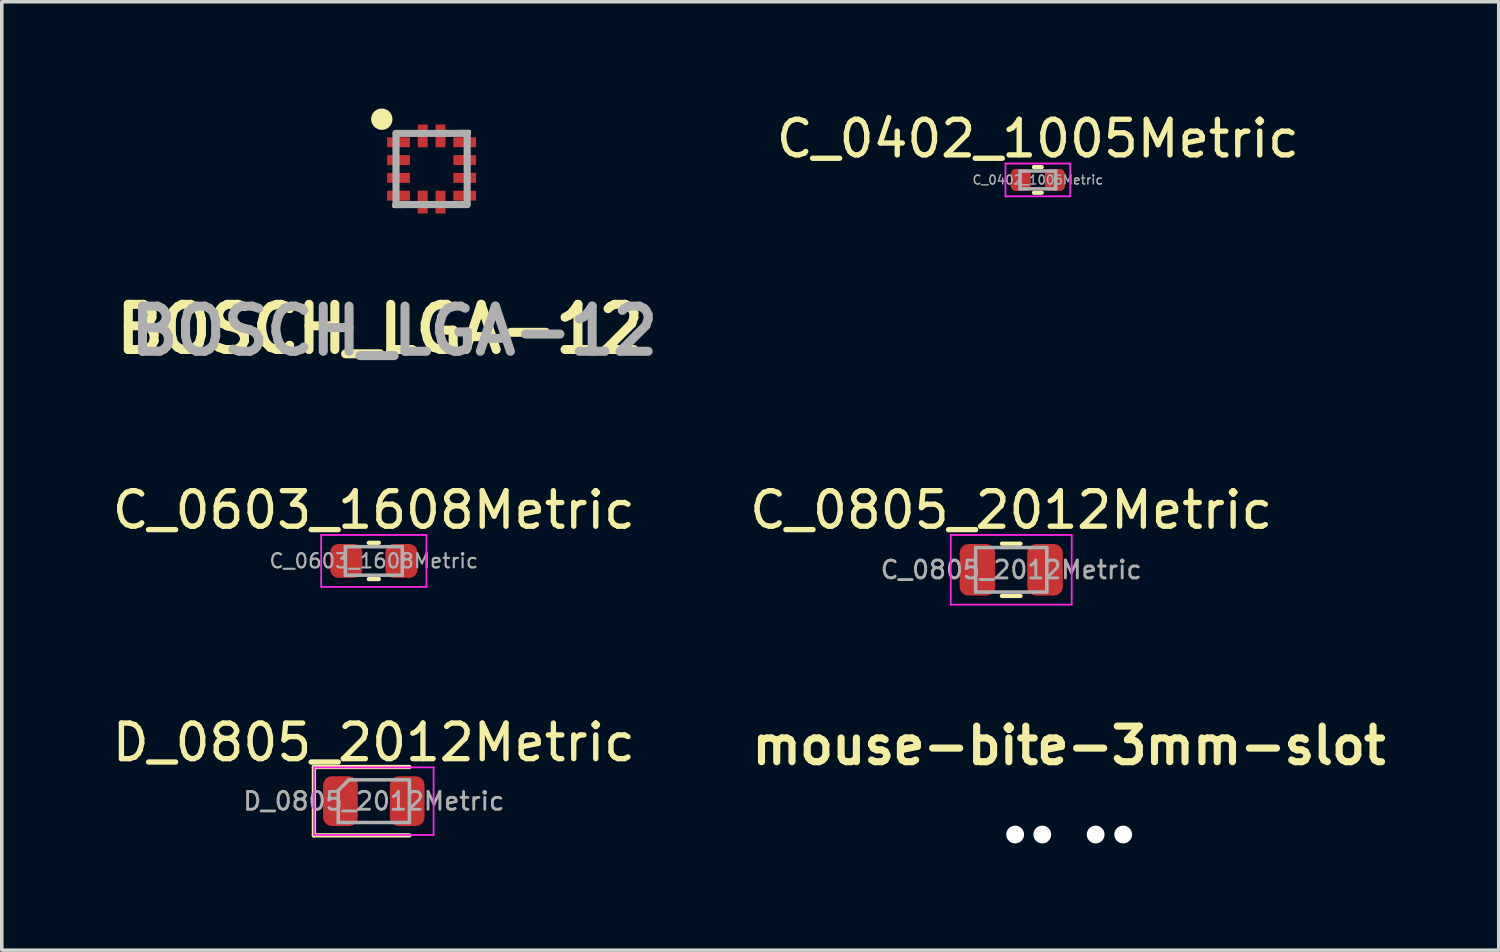
<source format=kicad_pcb>
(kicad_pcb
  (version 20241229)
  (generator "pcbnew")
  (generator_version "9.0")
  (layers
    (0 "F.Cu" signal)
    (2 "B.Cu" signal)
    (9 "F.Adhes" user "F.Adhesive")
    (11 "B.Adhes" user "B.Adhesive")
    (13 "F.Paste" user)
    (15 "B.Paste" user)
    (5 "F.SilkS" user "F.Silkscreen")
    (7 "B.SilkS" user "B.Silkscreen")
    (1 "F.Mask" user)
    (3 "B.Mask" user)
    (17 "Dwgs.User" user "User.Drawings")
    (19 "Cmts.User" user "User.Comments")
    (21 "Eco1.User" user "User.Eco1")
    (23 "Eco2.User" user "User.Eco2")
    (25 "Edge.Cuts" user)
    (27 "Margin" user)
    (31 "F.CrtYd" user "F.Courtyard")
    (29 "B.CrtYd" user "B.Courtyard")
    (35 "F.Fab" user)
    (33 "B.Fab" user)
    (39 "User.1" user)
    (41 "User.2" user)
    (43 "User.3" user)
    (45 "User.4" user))
  (footprint "C_0805_2012Metric"
    (layer "F.Cu")
    (at 25.375 12.967)
    (property "Reference" "C_0805_2012Metric" (at 0 -1.68 0) (layer "F.SilkS") (effects (font (size 1 1) (thickness 0.15))))
    (attr smd)
    (fp_line (start -0.261 -0.735) (end 0.261 -0.735) (stroke (width 0.12) (type solid)) (layer "F.SilkS"))
    (fp_line (start -0.261 0.735) (end 0.261 0.735) (stroke (width 0.12) (type solid)) (layer "F.SilkS"))
    (fp_line (start -1.7 -0.98) (end 1.7 -0.98) (stroke (width 0.05) (type solid)) (layer "F.CrtYd"))
    (fp_line (start -1.7 0.98) (end -1.7 -0.98) (stroke (width 0.05) (type solid)) (layer "F.CrtYd"))
    (fp_line (start 1.7 -0.98) (end 1.7 0.98) (stroke (width 0.05) (type solid)) (layer "F.CrtYd"))
    (fp_line (start 1.7 0.98) (end -1.7 0.98) (stroke (width 0.05) (type solid)) (layer "F.CrtYd"))
    (fp_line (start -1 -0.625) (end 1 -0.625) (stroke (width 0.1) (type solid)) (layer "F.Fab"))
    (fp_line (start -1 0.625) (end -1 -0.625) (stroke (width 0.1) (type solid)) (layer "F.Fab"))
    (fp_line (start 1 -0.625) (end 1 0.625) (stroke (width 0.1) (type solid)) (layer "F.Fab"))
    (fp_line (start 1 0.625) (end -1 0.625) (stroke (width 0.1) (type solid)) (layer "F.Fab"))
    (fp_text user "${REFERENCE}" (at 0 0 0) (layer "F.Fab") (effects (font (size 0.5 0.5) (thickness 0.08))))
    (pad "1" smd roundrect (at -0.95 0) (size 1 1.45) (layers "F.Cu" "F.Mask" "F.Paste") (roundrect_rratio 0.25))
    (pad "2" smd roundrect (at 0.95 0) (size 1 1.45) (layers "F.Cu" "F.Mask" "F.Paste") (roundrect_rratio 0.25)))
  (footprint "C_0603_1608Metric"
    (layer "F.Cu")
    (at 7.458 12.717)
    (property "Reference" "C_0603_1608Metric" (at 0 -1.43 0) (layer "F.SilkS") (effects (font (size 1 1) (thickness 0.15))))
    (attr smd)
    (fp_line (start -0.141 -0.51) (end 0.141 -0.51) (stroke (width 0.12) (type solid)) (layer "F.SilkS"))
    (fp_line (start -0.141 0.51) (end 0.141 0.51) (stroke (width 0.12) (type solid)) (layer "F.SilkS"))
    (fp_line (start -1.48 -0.73) (end 1.48 -0.73) (stroke (width 0.05) (type solid)) (layer "F.CrtYd"))
    (fp_line (start -1.48 0.73) (end -1.48 -0.73) (stroke (width 0.05) (type solid)) (layer "F.CrtYd"))
    (fp_line (start 1.48 -0.73) (end 1.48 0.73) (stroke (width 0.05) (type solid)) (layer "F.CrtYd"))
    (fp_line (start 1.48 0.73) (end -1.48 0.73) (stroke (width 0.05) (type solid)) (layer "F.CrtYd"))
    (fp_line (start -0.8 -0.4) (end 0.8 -0.4) (stroke (width 0.1) (type solid)) (layer "F.Fab"))
    (fp_line (start -0.8 0.4) (end -0.8 -0.4) (stroke (width 0.1) (type solid)) (layer "F.Fab"))
    (fp_line (start 0.8 -0.4) (end 0.8 0.4) (stroke (width 0.1) (type solid)) (layer "F.Fab"))
    (fp_line (start 0.8 0.4) (end -0.8 0.4) (stroke (width 0.1) (type solid)) (layer "F.Fab"))
    (fp_text user "${REFERENCE}" (at 0 0 0) (layer "F.Fab") (effects (font (size 0.4 0.4) (thickness 0.06))))
    (pad "1" smd roundrect (at -0.775 0) (size 0.9 0.95) (layers "F.Cu" "F.Mask" "F.Paste") (roundrect_rratio 0.25))
    (pad "2" smd roundrect (at 0.775 0) (size 0.9 0.95) (layers "F.Cu" "F.Mask" "F.Paste") (roundrect_rratio 0.25)))
  (footprint "C_0402_1005Metric"
    (layer "F.Cu")
    (at 26.123 2.008)
    (property "Reference" "C_0402_1005Metric" (at 0 -1.16 0) (layer "F.SilkS") (effects (font (size 1 1) (thickness 0.15))))
    (attr smd)
    (fp_line (start -0.108 -0.36) (end 0.108 -0.36) (stroke (width 0.12) (type solid)) (layer "F.SilkS"))
    (fp_line (start -0.108 0.36) (end 0.108 0.36) (stroke (width 0.12) (type solid)) (layer "F.SilkS"))
    (fp_line (start -0.91 -0.46) (end 0.91 -0.46) (stroke (width 0.05) (type solid)) (layer "F.CrtYd"))
    (fp_line (start -0.91 0.46) (end -0.91 -0.46) (stroke (width 0.05) (type solid)) (layer "F.CrtYd"))
    (fp_line (start 0.91 -0.46) (end 0.91 0.46) (stroke (width 0.05) (type solid)) (layer "F.CrtYd"))
    (fp_line (start 0.91 0.46) (end -0.91 0.46) (stroke (width 0.05) (type solid)) (layer "F.CrtYd"))
    (fp_line (start -0.5 -0.25) (end 0.5 -0.25) (stroke (width 0.1) (type solid)) (layer "F.Fab"))
    (fp_line (start -0.5 0.25) (end -0.5 -0.25) (stroke (width 0.1) (type solid)) (layer "F.Fab"))
    (fp_line (start 0.5 -0.25) (end 0.5 0.25) (stroke (width 0.1) (type solid)) (layer "F.Fab"))
    (fp_line (start 0.5 0.25) (end -0.5 0.25) (stroke (width 0.1) (type solid)) (layer "F.Fab"))
    (fp_text user "${REFERENCE}" (at 0 0 0) (layer "F.Fab") (effects (font (size 0.25 0.25) (thickness 0.04))))
    (pad "1" smd roundrect (at -0.48 0) (size 0.56 0.62) (layers "F.Cu" "F.Mask" "F.Paste") (roundrect_rratio 0.25))
    (pad "2" smd roundrect (at 0.48 0) (size 0.56 0.62) (layers "F.Cu" "F.Mask" "F.Paste") (roundrect_rratio 0.25)))
  (footprint "mouse-bite-3mm-slot"
    (layer "F.Cu")
    (at 26.998 20.408)
    (property "Reference" "mouse-bite-3mm-slot" (at 0 -2.5 0) (layer "F.SilkS") (effects (font (size 1 1) (thickness 0.2))))
    (attr through_hole)
    (pad "" np_thru_hole circle (at -1.512 0) (size 0.5 0.5) (drill 0.5) (layers "*.Cu" "*.Mask"))
    (pad "" np_thru_hole circle (at -0.75 0) (size 0.5 0.5) (drill 0.5) (layers "*.Cu" "*.Mask"))
    (pad "" np_thru_hole circle (at 0.75 0) (size 0.5 0.5) (drill 0.5) (layers "*.Cu" "*.Mask"))
    (pad "" np_thru_hole circle (at 1.524 0) (size 0.5 0.5) (drill 0.5) (layers "*.Cu" "*.Mask")))
  (footprint "D_0805_2012Metric"
    (layer "F.Cu")
    (at 7.458 19.47)
    (property "Reference" "D_0805_2012Metric" (at 0 -1.65 0) (layer "F.SilkS") (effects (font (size 1 1) (thickness 0.15))))
    (attr smd)
    (fp_line (start -1.685 -0.96) (end -1.685 0.96) (stroke (width 0.12) (type solid)) (layer "F.SilkS"))
    (fp_line (start -1.685 0.96) (end 1 0.96) (stroke (width 0.12) (type solid)) (layer "F.SilkS"))
    (fp_line (start 1 -0.96) (end -1.685 -0.96) (stroke (width 0.12) (type solid)) (layer "F.SilkS"))
    (fp_line (start -1.68 -0.95) (end 1.68 -0.95) (stroke (width 0.05) (type solid)) (layer "F.CrtYd"))
    (fp_line (start -1.68 0.95) (end -1.68 -0.95) (stroke (width 0.05) (type solid)) (layer "F.CrtYd"))
    (fp_line (start 1.68 -0.95) (end 1.68 0.95) (stroke (width 0.05) (type solid)) (layer "F.CrtYd"))
    (fp_line (start 1.68 0.95) (end -1.68 0.95) (stroke (width 0.05) (type solid)) (layer "F.CrtYd"))
    (fp_line (start -1 -0.3) (end -1 0.6) (stroke (width 0.1) (type solid)) (layer "F.Fab"))
    (fp_line (start -1 0.6) (end 1 0.6) (stroke (width 0.1) (type solid)) (layer "F.Fab"))
    (fp_line (start -0.7 -0.6) (end -1 -0.3) (stroke (width 0.1) (type solid)) (layer "F.Fab"))
    (fp_line (start 1 -0.6) (end -0.7 -0.6) (stroke (width 0.1) (type solid)) (layer "F.Fab"))
    (fp_line (start 1 0.6) (end 1 -0.6) (stroke (width 0.1) (type solid)) (layer "F.Fab"))
    (fp_text user "${REFERENCE}" (at 0 0 0) (layer "F.Fab") (effects (font (size 0.5 0.5) (thickness 0.08))))
    (pad "1" smd roundrect (at -0.938 0) (size 0.975 1.4) (layers "F.Cu" "F.Mask" "F.Paste") (roundrect_rratio 0.25))
    (pad "2" smd roundrect (at 0.938 0) (size 0.975 1.4) (layers "F.Cu" "F.Mask" "F.Paste") (roundrect_rratio 0.25)))
  (footprint "BOSCH_LGA-12"
    (layer "F.Cu")
    (at 9.082 1.7)
    (property "Reference" "BOSCH_LGA-12" (at -1.45 4.5 0) (layer "F.SilkS") (effects (font (size 1.27 1.27) (thickness 0.254))))
    (attr smd)
    (fp_line (start -1.051 1.049) (end -1.051 1) (stroke (width 0.1) (type default)) (layer "F.SilkS"))
    (fp_line (start -0.741 1.049) (end -1.051 1.049) (stroke (width 0.1) (type default)) (layer "F.SilkS"))
    (fp_line (start 0.74 -1.05) (end 1.05 -1.05) (stroke (width 0.1) (type default)) (layer "F.SilkS"))
    (fp_line (start 1.05 -1.05) (end 1.05 -0.99) (stroke (width 0.1) (type default)) (layer "F.SilkS"))
    (fp_circle (center -1.4 -1.4) (end -1.2 -1.4) (stroke (width 0.2) (type solid)) (fill yes) (layer "F.SilkS"))
    (fp_line (start -1 -1) (end 1 -1) (stroke (width 0.2) (type solid)) (layer "F.Fab"))
    (fp_line (start -1 1) (end -1 -1) (stroke (width 0.2) (type solid)) (layer "F.Fab"))
    (fp_line (start 1 -1) (end 1 1) (stroke (width 0.2) (type solid)) (layer "F.Fab"))
    (fp_line (start 1 1) (end -1 1) (stroke (width 0.2) (type solid)) (layer "F.Fab"))
    (fp_text user "${REFERENCE}" (at -1.05 4.55 0) (layer "F.Fab") (effects (font (size 1.27 1.27) (thickness 0.254))))
    (pad "1" smd rect (at -0.93 -0.75 90) (size 0.28 0.64) (layers "F.Cu" "F.Mask" "F.Paste"))
    (pad "2" smd rect (at -0.93 -0.25 90) (size 0.28 0.64) (layers "F.Cu" "F.Mask" "F.Paste"))
    (pad "3" smd rect (at -0.93 0.25 90) (size 0.28 0.64) (layers "F.Cu" "F.Mask" "F.Paste"))
    (pad "4" smd rect (at -0.93 0.75 90) (size 0.28 0.64) (layers "F.Cu" "F.Mask" "F.Paste"))
    (pad "5" smd rect (at -0.25 0.93) (size 0.28 0.64) (layers "F.Cu" "F.Mask" "F.Paste"))
    (pad "6" smd rect (at 0.25 0.93) (size 0.28 0.64) (layers "F.Cu" "F.Mask" "F.Paste"))
    (pad "7" smd rect (at 0.93 0.75 90) (size 0.28 0.64) (layers "F.Cu" "F.Mask" "F.Paste"))
    (pad "8" smd rect (at 0.93 0.25 90) (size 0.28 0.64) (layers "F.Cu" "F.Mask" "F.Paste"))
    (pad "9" smd rect (at 0.93 -0.25 90) (size 0.28 0.64) (layers "F.Cu" "F.Mask" "F.Paste"))
    (pad "10" smd rect (at 0.93 -0.75 90) (size 0.28 0.64) (layers "F.Cu" "F.Mask" "F.Paste"))
    (pad "11" smd rect (at 0.25 -0.93) (size 0.28 0.64) (layers "F.Cu" "F.Mask" "F.Paste"))
    (pad "12" smd rect (at -0.25 -0.93) (size 0.28 0.64) (layers "F.Cu" "F.Mask" "F.Paste")))
  (gr_rect
    (start -3 -3)
    (end 39.079 23.658)
    (stroke (width 0.1) (type default))
    (fill no)
    (layer "Edge.Cuts")))
</source>
